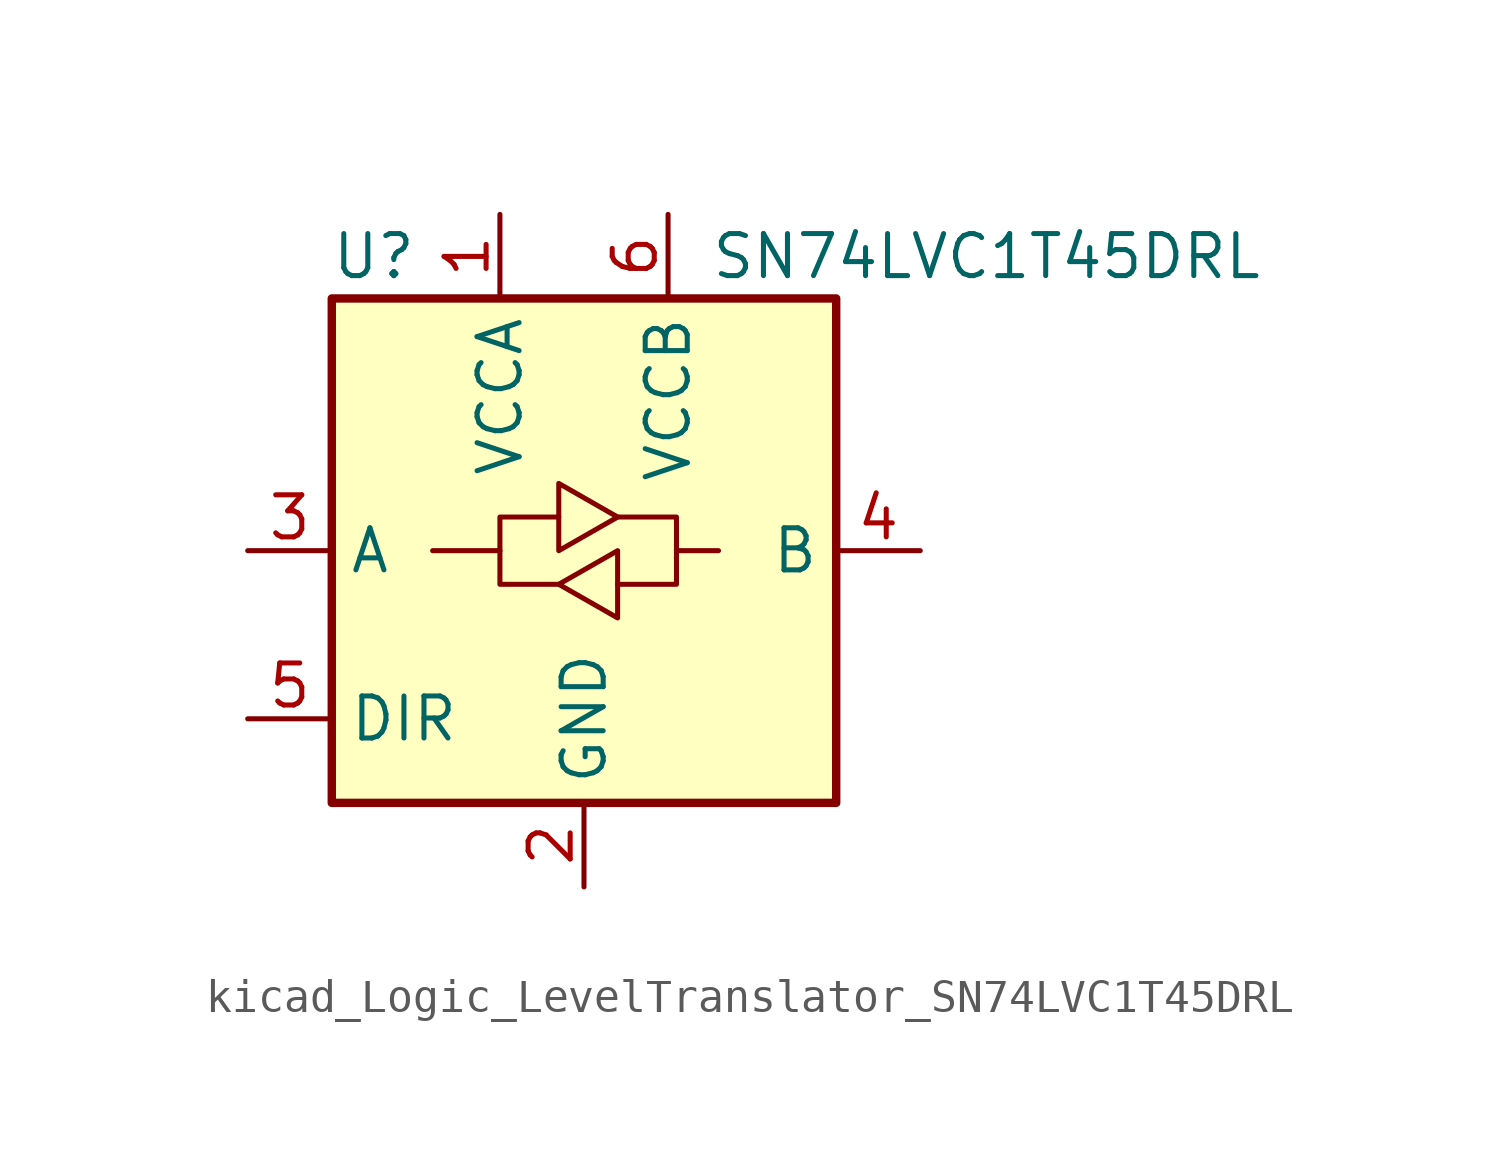
<source format=kicad_sym>
(kicad_symbol_lib
  (version 20220914)
  (generator kicad_symbol_editor)
  (symbol "kicad_Logic_LevelTranslator_SN74LVC1T45DRL"
    (property "Reference" "U"
      (at -6.35 8.89 0)
      (effects (font (size 1.27 1.27))))
    (property "Value" "SN74LVC1T45DRL"
      (at 3.81 8.89 0)
      (effects (font (size 1.27 1.27)) (justify left)))
    (symbol "kicad_Logic_LevelTranslator_SN74LVC1T45DRL_0_1"
      (rectangle (start -7.62 7.62) (end 7.62 -7.62) (stroke (width 0.254) (type default)) (fill (type background)))
      (polyline (pts (xy -2.54 0) (xy -2.54 1.016) (xy -0.762 1.016)) (stroke (width 0) (type default)) (fill (type none)))
      (polyline (pts (xy 2.794 0) (xy 2.794 -1.016) (xy 1.016 -1.016)) (stroke (width 0) (type default)) (fill (type none)))
      (polyline (pts (xy -0.762 -1.016) (xy -2.54 -1.016) (xy -2.54 0) (xy -4.572 0)) (stroke (width 0) (type default)) (fill (type none)))
      (polyline (pts (xy -0.762 0) (xy -0.762 2.032) (xy 1.016 1.016) (xy -0.762 0)) (stroke (width 0) (type default)) (fill (type none)))
      (polyline (pts (xy 1.016 1.016) (xy 2.794 1.016) (xy 2.794 0) (xy 4.064 0)) (stroke (width 0) (type default)) (fill (type none)))
      (polyline (pts (xy 1.016 0) (xy 1.016 -1.778) (xy 1.016 -2.032) (xy -0.762 -1.016) (xy 1.016 0)) (stroke (width 0) (type default)) (fill (type none))))
    (symbol "kicad_Logic_LevelTranslator_SN74LVC1T45DRL_1_1"
      (pin power_in line (at -2.54 10.16 270) (length 2.54) (name "VCCA" (effects (font (size 1.27 1.27)))) (number "1" (effects (font (size 1.27 1.27)))))
      (pin power_in line (at 0 -10.16 90) (length 2.54) (name "GND" (effects (font (size 1.27 1.27)))) (number "2" (effects (font (size 1.27 1.27)))))
      (pin bidirectional line (at -10.16 0 0) (length 2.54) (name "A" (effects (font (size 1.27 1.27)))) (number "3" (effects (font (size 1.27 1.27)))))
      (pin bidirectional line (at 10.16 0 180) (length 2.54) (name "B" (effects (font (size 1.27 1.27)))) (number "4" (effects (font (size 1.27 1.27)))))
      (pin input line (at -10.16 -5.08 0) (length 2.54) (name "DIR" (effects (font (size 1.27 1.27)))) (number "5" (effects (font (size 1.27 1.27)))))
      (pin power_in line (at 2.54 10.16 270) (length 2.54) (name "VCCB" (effects (font (size 1.27 1.27)))) (number "6" (effects (font (size 1.27 1.27))))))))
</source>
